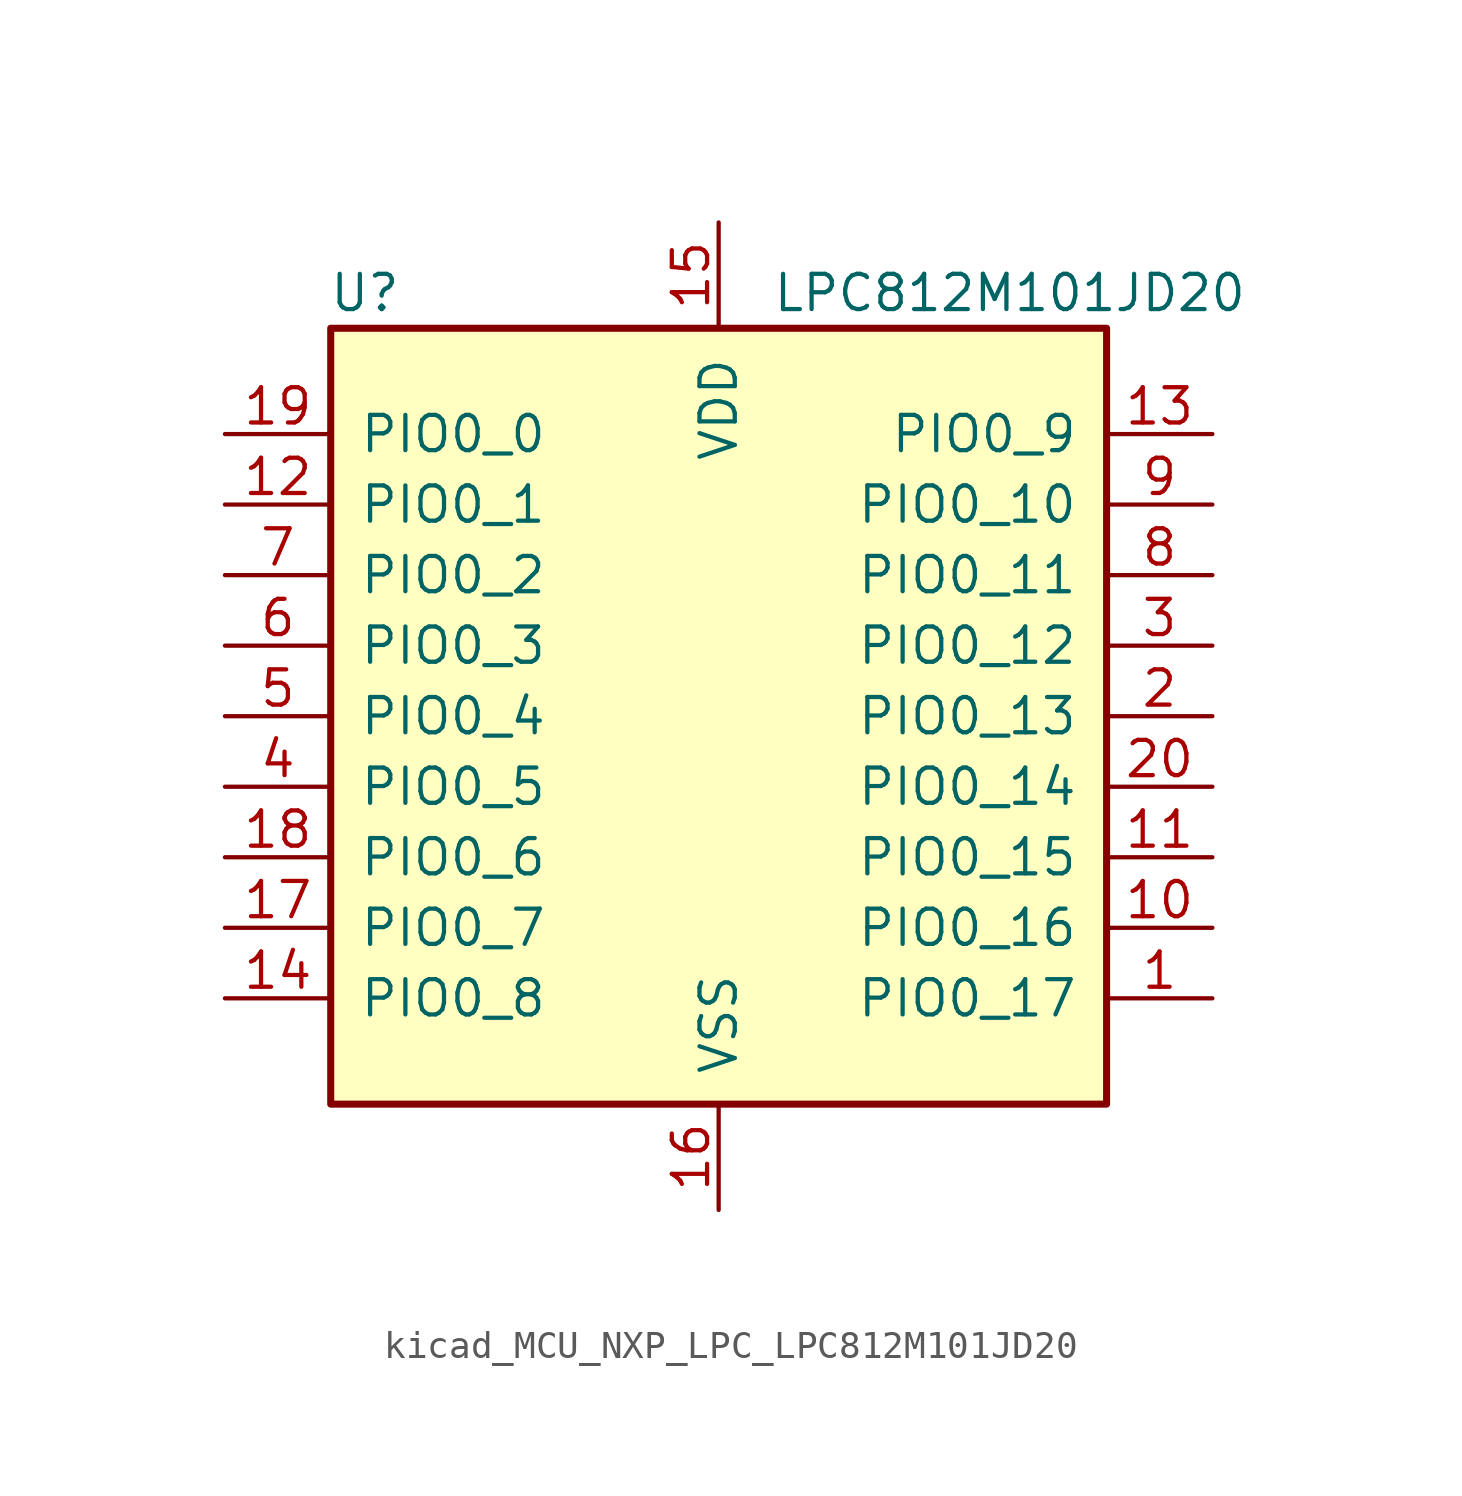
<source format=kicad_sym>
(kicad_symbol_lib
  (version 20220914)
  (generator kicad_symbol_editor)
  (symbol "kicad_MCU_NXP_LPC_LPC812M101JD20"
    (pin_names
      (offset 1.016))
    (property "Reference" "U"
      (at -11.43 15.24 0)
      (effects (font (size 1.27 1.27)) (justify right)))
    (property "Value" "LPC812M101JD20"
      (at 19.05 15.24 0)
      (effects (font (size 1.27 1.27)) (justify right)))
    (symbol "kicad_MCU_NXP_LPC_LPC812M101JD20_0_1"
      (rectangle (start 13.97 13.97) (end -13.97 -13.97) (stroke (width 0.254) (type default)) (fill (type background))))
    (symbol "kicad_MCU_NXP_LPC_LPC812M101JD20_1_1"
      (pin bidirectional line (at 17.78 -10.16 180) (length 3.81) (name "PIO0_17" (effects (font (size 1.27 1.27)))) (number "1" (effects (font (size 1.27 1.27)))))
      (pin bidirectional line (at 17.78 -7.62 180) (length 3.81) (name "PIO0_16" (effects (font (size 1.27 1.27)))) (number "10" (effects (font (size 1.27 1.27)))))
      (pin bidirectional line (at 17.78 -5.08 180) (length 3.81) (name "PIO0_15" (effects (font (size 1.27 1.27)))) (number "11" (effects (font (size 1.27 1.27)))))
      (pin bidirectional line (at -17.78 7.62 0) (length 3.81) (name "PIO0_1" (effects (font (size 1.27 1.27)))) (number "12" (effects (font (size 1.27 1.27)))))
      (pin bidirectional line (at 17.78 10.16 180) (length 3.81) (name "PIO0_9" (effects (font (size 1.27 1.27)))) (number "13" (effects (font (size 1.27 1.27)))))
      (pin bidirectional line (at -17.78 -10.16 0) (length 3.81) (name "PIO0_8" (effects (font (size 1.27 1.27)))) (number "14" (effects (font (size 1.27 1.27)))))
      (pin power_in line (at 0 17.78 270) (length 3.81) (name "VDD" (effects (font (size 1.27 1.27)))) (number "15" (effects (font (size 1.27 1.27)))))
      (pin power_in line (at 0 -17.78 90) (length 3.81) (name "VSS" (effects (font (size 1.27 1.27)))) (number "16" (effects (font (size 1.27 1.27)))))
      (pin bidirectional line (at -17.78 -7.62 0) (length 3.81) (name "PIO0_7" (effects (font (size 1.27 1.27)))) (number "17" (effects (font (size 1.27 1.27)))))
      (pin bidirectional line (at -17.78 -5.08 0) (length 3.81) (name "PIO0_6" (effects (font (size 1.27 1.27)))) (number "18" (effects (font (size 1.27 1.27)))))
      (pin bidirectional line (at -17.78 10.16 0) (length 3.81) (name "PIO0_0" (effects (font (size 1.27 1.27)))) (number "19" (effects (font (size 1.27 1.27)))))
      (pin bidirectional line (at 17.78 0 180) (length 3.81) (name "PIO0_13" (effects (font (size 1.27 1.27)))) (number "2" (effects (font (size 1.27 1.27)))))
      (pin bidirectional line (at 17.78 -2.54 180) (length 3.81) (name "PIO0_14" (effects (font (size 1.27 1.27)))) (number "20" (effects (font (size 1.27 1.27)))))
      (pin bidirectional line (at 17.78 2.54 180) (length 3.81) (name "PIO0_12" (effects (font (size 1.27 1.27)))) (number "3" (effects (font (size 1.27 1.27)))))
      (pin bidirectional line (at -17.78 -2.54 0) (length 3.81) (name "PIO0_5" (effects (font (size 1.27 1.27)))) (number "4" (effects (font (size 1.27 1.27)))))
      (pin bidirectional line (at -17.78 0 0) (length 3.81) (name "PIO0_4" (effects (font (size 1.27 1.27)))) (number "5" (effects (font (size 1.27 1.27)))))
      (pin bidirectional line (at -17.78 2.54 0) (length 3.81) (name "PIO0_3" (effects (font (size 1.27 1.27)))) (number "6" (effects (font (size 1.27 1.27)))))
      (pin bidirectional line (at -17.78 5.08 0) (length 3.81) (name "PIO0_2" (effects (font (size 1.27 1.27)))) (number "7" (effects (font (size 1.27 1.27)))))
      (pin bidirectional line (at 17.78 5.08 180) (length 3.81) (name "PIO0_11" (effects (font (size 1.27 1.27)))) (number "8" (effects (font (size 1.27 1.27)))))
      (pin bidirectional line (at 17.78 7.62 180) (length 3.81) (name "PIO0_10" (effects (font (size 1.27 1.27)))) (number "9" (effects (font (size 1.27 1.27))))))))
</source>
